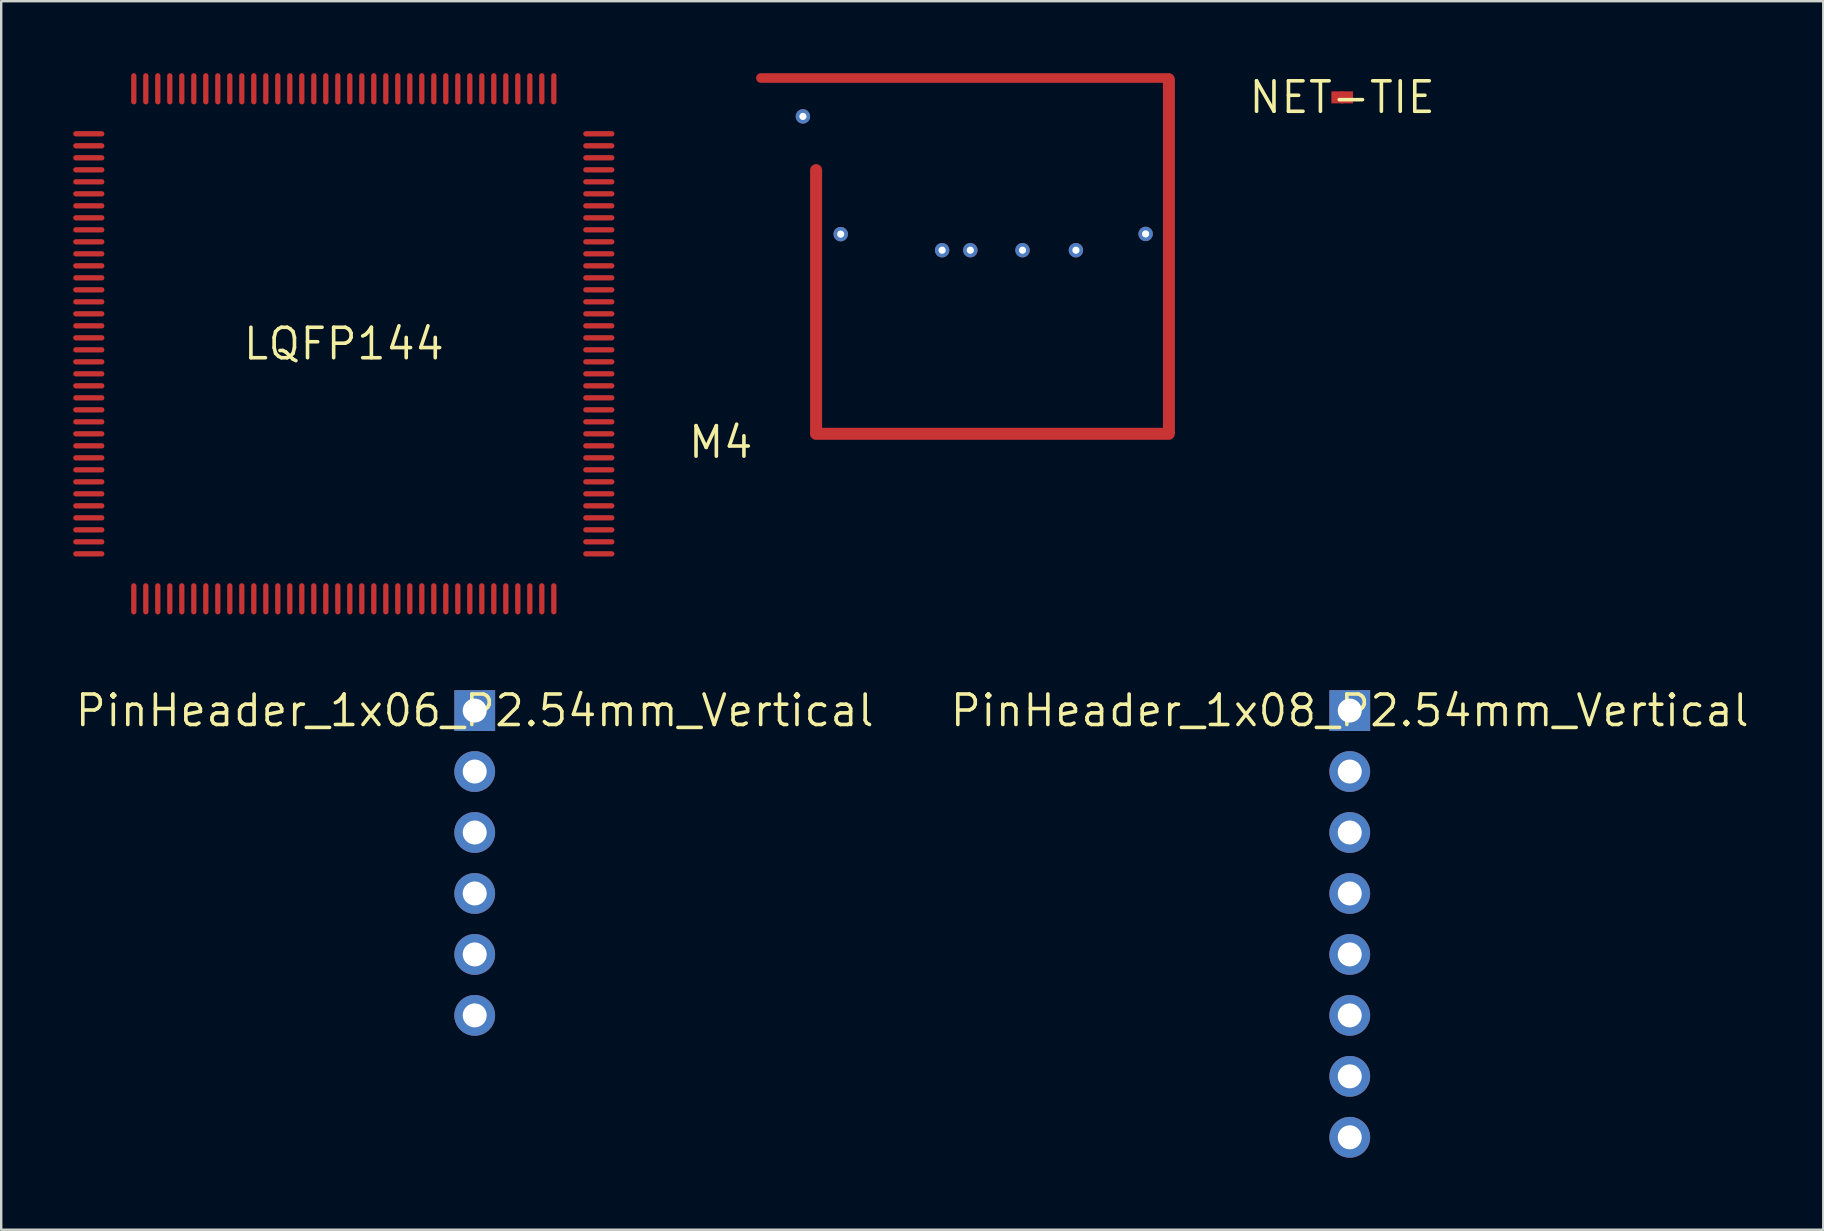
<source format=kicad_pcb>
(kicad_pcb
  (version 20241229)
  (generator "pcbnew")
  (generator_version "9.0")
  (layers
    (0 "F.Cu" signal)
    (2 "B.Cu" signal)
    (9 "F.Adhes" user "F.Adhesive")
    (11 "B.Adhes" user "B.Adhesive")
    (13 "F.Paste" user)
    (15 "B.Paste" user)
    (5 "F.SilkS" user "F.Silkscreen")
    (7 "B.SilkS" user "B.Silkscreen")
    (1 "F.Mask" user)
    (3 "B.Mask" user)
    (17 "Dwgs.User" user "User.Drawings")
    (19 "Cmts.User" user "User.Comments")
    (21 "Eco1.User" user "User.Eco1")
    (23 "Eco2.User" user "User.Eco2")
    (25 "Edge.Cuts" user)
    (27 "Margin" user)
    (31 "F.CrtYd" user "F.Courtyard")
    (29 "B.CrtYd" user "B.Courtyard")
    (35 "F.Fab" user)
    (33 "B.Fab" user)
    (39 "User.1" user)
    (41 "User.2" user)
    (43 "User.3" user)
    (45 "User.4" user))
  (footprint "M4"
    (layer "F.Cu")
    (at 26.978 15.375)
    (property "Reference" "M4" (at 0 0 0) (layer "F.SilkS") (effects (font (size 1.27 1.27) (thickness 0.15))))
    (attr through_hole)
    (pad "1" smd oval (at 3.975 -5.887) (size 0.5 11.4) (layers "F.Cu" "F.Mask"))
    (pad "2" smd oval (at 11.32 -0.35 90) (size 0.5 15.2) (layers "F.Cu" "F.Mask"))
    (pad "3" smd oval (at 18.675 -7.762 180) (size 0.5 15.2) (layers "F.Cu" "F.Mask"))
    (pad "4" smd oval (at 10.175 -15.175 270) (size 0.4 17.4) (layers "F.Cu" "F.Mask"))
    (pad "5" thru_hole oval (at 3.425 -13.575 90) (size 0.6 0.6) (drill 0.3) (layers "F.Cu" "F.Mask"))
    (pad "6" thru_hole oval (at 5 -8.67 180) (size 0.6 0.6) (drill 0.3) (layers "F.Cu" "F.Mask"))
    (pad "7" thru_hole oval (at 17.704 -8.679 180) (size 0.6 0.6) (drill 0.3) (layers "F.Cu" "F.Mask"))
    (pad "8" thru_hole oval (at 9.225 -8 180) (size 0.6 0.6) (drill 0.3) (layers "F.Cu" "F.Mask"))
    (pad "9" thru_hole oval (at 10.4 -8 180) (size 0.6 0.6) (drill 0.3) (layers "F.Cu" "F.Mask"))
    (pad "10" thru_hole oval (at 12.575 -8 180) (size 0.6 0.6) (drill 0.3) (layers "F.Cu" "F.Mask"))
    (pad "11" thru_hole oval (at 14.8 -8 180) (size 0.6 0.6) (drill 0.3) (layers "F.Cu" "F.Mask")))
  (footprint "PinHeader_1x08_P2.54mm_Vertical"
    (layer "F.Cu")
    (at 53.187 26.556)
    (property "Reference" "PinHeader_1x08_P2.54mm_Vertical" (at 0 0 0) (layer "F.SilkS") (effects (font (size 1.27 1.27) (thickness 0.15))))
    (attr through_hole)
    (pad "1" thru_hole rect (at 0 0) (size 1.7 1.7) (drill 1) (layers "*.Cu" "*.Mask"))
    (pad "2" thru_hole oval (at 0 2.54) (size 1.7 1.7) (drill 1) (layers "*.Cu" "*.Mask"))
    (pad "3" thru_hole oval (at 0 5.08) (size 1.7 1.7) (drill 1) (layers "*.Cu" "*.Mask"))
    (pad "4" thru_hole oval (at 0 7.62) (size 1.7 1.7) (drill 1) (layers "*.Cu" "*.Mask"))
    (pad "5" thru_hole oval (at 0 10.16) (size 1.7 1.7) (drill 1) (layers "*.Cu" "*.Mask"))
    (pad "6" thru_hole oval (at 0 12.7) (size 1.7 1.7) (drill 1) (layers "*.Cu" "*.Mask"))
    (pad "7" thru_hole oval (at 0 15.24) (size 1.7 1.7) (drill 1) (layers "*.Cu" "*.Mask"))
    (pad "8" thru_hole oval (at 0 17.78) (size 1.7 1.7) (drill 1) (layers "*.Cu" "*.Mask")))
  (footprint "NET-TIE"
    (layer "F.Cu")
    (at 52.872 1.006)
    (property "Reference" "NET-TIE" (at 0 0 0) (layer "F.SilkS") (effects (font (size 1.27 1.27) (thickness 0.15))))
    (attr through_hole)
    (pad "1" smd rect (at -0.2 -0.000025) (size 0.5 0.5) (layers "F.Cu" "F.Mask"))
    (pad "2" smd rect (at 0.2 -0.000025) (size 0.5 0.5) (layers "F.Cu" "F.Mask")))
  (footprint "PinHeader_1x06_P2.54mm_Vertical"
    (layer "F.Cu")
    (at 16.729 26.556)
    (property "Reference" "PinHeader_1x06_P2.54mm_Vertical" (at 0 0 0) (layer "F.SilkS") (effects (font (size 1.27 1.27) (thickness 0.15))))
    (attr through_hole)
    (pad "1" thru_hole rect (at 0 0) (size 1.7 1.7) (drill 1) (layers "*.Cu" "*.Mask"))
    (pad "2" thru_hole oval (at 0 2.54) (size 1.7 1.7) (drill 1) (layers "*.Cu" "*.Mask"))
    (pad "3" thru_hole oval (at 0 5.08) (size 1.7 1.7) (drill 1) (layers "*.Cu" "*.Mask"))
    (pad "4" thru_hole oval (at 0 7.62) (size 1.7 1.7) (drill 1) (layers "*.Cu" "*.Mask"))
    (pad "5" thru_hole oval (at 0 10.16) (size 1.7 1.7) (drill 1) (layers "*.Cu" "*.Mask"))
    (pad "6" thru_hole oval (at 0 12.7) (size 1.7 1.7) (drill 1) (layers "*.Cu" "*.Mask")))
  (footprint "LQFP144"
    (layer "F.Cu")
    (at 11.275 11.275)
    (property "Reference" "LQFP144" (at 0 0 0) (layer "F.SilkS") (effects (font (size 1.27 1.27) (thickness 0.15))))
    (attr through_hole)
    (pad "1" smd oval (at -10.625 -8.75 90) (size 0.22 1.3) (layers "F.Cu" "F.Mask"))
    (pad "2" smd oval (at -10.625 -8.25 90) (size 0.22 1.3) (layers "F.Cu" "F.Mask"))
    (pad "3" smd oval (at -10.625 -7.75 90) (size 0.22 1.3) (layers "F.Cu" "F.Mask"))
    (pad "4" smd oval (at -10.625 -7.25 90) (size 0.22 1.3) (layers "F.Cu" "F.Mask"))
    (pad "5" smd oval (at -10.625 -6.75 90) (size 0.22 1.3) (layers "F.Cu" "F.Mask"))
    (pad "6" smd oval (at -10.625 -6.25 90) (size 0.22 1.3) (layers "F.Cu" "F.Mask"))
    (pad "7" smd oval (at -10.625 -5.75 90) (size 0.22 1.3) (layers "F.Cu" "F.Mask"))
    (pad "8" smd oval (at -10.625 -5.25 90) (size 0.22 1.3) (layers "F.Cu" "F.Mask"))
    (pad "9" smd oval (at -10.625 -4.75 90) (size 0.22 1.3) (layers "F.Cu" "F.Mask"))
    (pad "10" smd oval (at -10.625 -4.25 90) (size 0.22 1.3) (layers "F.Cu" "F.Mask"))
    (pad "11" smd oval (at -10.625 -3.75 90) (size 0.22 1.3) (layers "F.Cu" "F.Mask"))
    (pad "12" smd oval (at -10.625 -3.25 90) (size 0.22 1.3) (layers "F.Cu" "F.Mask"))
    (pad "13" smd oval (at -10.625 -2.75 90) (size 0.22 1.3) (layers "F.Cu" "F.Mask"))
    (pad "14" smd oval (at -10.625 -2.25 90) (size 0.22 1.3) (layers "F.Cu" "F.Mask"))
    (pad "15" smd oval (at -10.625 -1.75 90) (size 0.22 1.3) (layers "F.Cu" "F.Mask"))
    (pad "16" smd oval (at -10.625 -1.25 90) (size 0.22 1.3) (layers "F.Cu" "F.Mask"))
    (pad "17" smd oval (at -10.625 -0.75 90) (size 0.22 1.3) (layers "F.Cu" "F.Mask"))
    (pad "18" smd oval (at -10.625 -0.25 90) (size 0.22 1.3) (layers "F.Cu" "F.Mask"))
    (pad "19" smd oval (at -10.625 0.25 90) (size 0.22 1.3) (layers "F.Cu" "F.Mask"))
    (pad "20" smd oval (at -10.625 0.75 90) (size 0.22 1.3) (layers "F.Cu" "F.Mask"))
    (pad "21" smd oval (at -10.625 1.25 90) (size 0.22 1.3) (layers "F.Cu" "F.Mask"))
    (pad "22" smd oval (at -10.625 1.75 90) (size 0.22 1.3) (layers "F.Cu" "F.Mask"))
    (pad "23" smd oval (at -10.625 2.25 90) (size 0.22 1.3) (layers "F.Cu" "F.Mask"))
    (pad "24" smd oval (at -10.625 2.75 90) (size 0.22 1.3) (layers "F.Cu" "F.Mask"))
    (pad "25" smd oval (at -10.625 3.25 90) (size 0.22 1.3) (layers "F.Cu" "F.Mask"))
    (pad "26" smd oval (at -10.625 3.75 90) (size 0.22 1.3) (layers "F.Cu" "F.Mask"))
    (pad "27" smd oval (at -10.625 4.25 90) (size 0.22 1.3) (layers "F.Cu" "F.Mask"))
    (pad "28" smd oval (at -10.625 4.75 90) (size 0.22 1.3) (layers "F.Cu" "F.Mask"))
    (pad "29" smd oval (at -10.625 5.25 90) (size 0.22 1.3) (layers "F.Cu" "F.Mask"))
    (pad "30" smd oval (at -10.625 5.75 90) (size 0.22 1.3) (layers "F.Cu" "F.Mask"))
    (pad "31" smd oval (at -10.625 6.25 90) (size 0.22 1.3) (layers "F.Cu" "F.Mask"))
    (pad "32" smd oval (at -10.625 6.75 90) (size 0.22 1.3) (layers "F.Cu" "F.Mask"))
    (pad "33" smd oval (at -10.625 7.25 90) (size 0.22 1.3) (layers "F.Cu" "F.Mask"))
    (pad "34" smd oval (at -10.625 7.75 90) (size 0.22 1.3) (layers "F.Cu" "F.Mask"))
    (pad "35" smd oval (at -10.625 8.25 90) (size 0.22 1.3) (layers "F.Cu" "F.Mask"))
    (pad "36" smd oval (at -10.625 8.75 90) (size 0.22 1.3) (layers "F.Cu" "F.Mask"))
    (pad "37" smd oval (at -8.75 10.625) (size 0.22 1.3) (layers "F.Cu" "F.Mask"))
    (pad "38" smd oval (at -8.25 10.625) (size 0.22 1.3) (layers "F.Cu" "F.Mask"))
    (pad "39" smd oval (at -7.75 10.625) (size 0.22 1.3) (layers "F.Cu" "F.Mask"))
    (pad "40" smd oval (at -7.25 10.625) (size 0.22 1.3) (layers "F.Cu" "F.Mask"))
    (pad "41" smd oval (at -6.75 10.625) (size 0.22 1.3) (layers "F.Cu" "F.Mask"))
    (pad "42" smd oval (at -6.25 10.625) (size 0.22 1.3) (layers "F.Cu" "F.Mask"))
    (pad "43" smd oval (at -5.75 10.625) (size 0.22 1.3) (layers "F.Cu" "F.Mask"))
    (pad "44" smd oval (at -5.25 10.625) (size 0.22 1.3) (layers "F.Cu" "F.Mask"))
    (pad "45" smd oval (at -4.75 10.625) (size 0.22 1.3) (layers "F.Cu" "F.Mask"))
    (pad "46" smd oval (at -4.25 10.625) (size 0.22 1.3) (layers "F.Cu" "F.Mask"))
    (pad "47" smd oval (at -3.75 10.625) (size 0.22 1.3) (layers "F.Cu" "F.Mask"))
    (pad "48" smd oval (at -3.25 10.625) (size 0.22 1.3) (layers "F.Cu" "F.Mask"))
    (pad "49" smd oval (at -2.75 10.625) (size 0.22 1.3) (layers "F.Cu" "F.Mask"))
    (pad "50" smd oval (at -2.25 10.625) (size 0.22 1.3) (layers "F.Cu" "F.Mask"))
    (pad "51" smd oval (at -1.75 10.625) (size 0.22 1.3) (layers "F.Cu" "F.Mask"))
    (pad "52" smd oval (at -1.25 10.625) (size 0.22 1.3) (layers "F.Cu" "F.Mask"))
    (pad "53" smd oval (at -0.75 10.625) (size 0.22 1.3) (layers "F.Cu" "F.Mask"))
    (pad "54" smd oval (at -0.25 10.625) (size 0.22 1.3) (layers "F.Cu" "F.Mask"))
    (pad "55" smd oval (at 0.25 10.625) (size 0.22 1.3) (layers "F.Cu" "F.Mask"))
    (pad "56" smd oval (at 0.75 10.625) (size 0.22 1.3) (layers "F.Cu" "F.Mask"))
    (pad "57" smd oval (at 1.25 10.625) (size 0.22 1.3) (layers "F.Cu" "F.Mask"))
    (pad "58" smd oval (at 1.75 10.625) (size 0.22 1.3) (layers "F.Cu" "F.Mask"))
    (pad "59" smd oval (at 2.25 10.625) (size 0.22 1.3) (layers "F.Cu" "F.Mask"))
    (pad "60" smd oval (at 2.75 10.625) (size 0.22 1.3) (layers "F.Cu" "F.Mask"))
    (pad "61" smd oval (at 3.25 10.625) (size 0.22 1.3) (layers "F.Cu" "F.Mask"))
    (pad "62" smd oval (at 3.75 10.625) (size 0.22 1.3) (layers "F.Cu" "F.Mask"))
    (pad "63" smd oval (at 4.25 10.625) (size 0.22 1.3) (layers "F.Cu" "F.Mask"))
    (pad "64" smd oval (at 4.75 10.625) (size 0.22 1.3) (layers "F.Cu" "F.Mask"))
    (pad "65" smd oval (at 5.25 10.625) (size 0.22 1.3) (layers "F.Cu" "F.Mask"))
    (pad "66" smd oval (at 5.75 10.625) (size 0.22 1.3) (layers "F.Cu" "F.Mask"))
    (pad "67" smd oval (at 6.25 10.625) (size 0.22 1.3) (layers "F.Cu" "F.Mask"))
    (pad "68" smd oval (at 6.75 10.625) (size 0.22 1.3) (layers "F.Cu" "F.Mask"))
    (pad "69" smd oval (at 7.25 10.625) (size 0.22 1.3) (layers "F.Cu" "F.Mask"))
    (pad "70" smd oval (at 7.75 10.625) (size 0.22 1.3) (layers "F.Cu" "F.Mask"))
    (pad "71" smd oval (at 8.25 10.625) (size 0.22 1.3) (layers "F.Cu" "F.Mask"))
    (pad "72" smd oval (at 8.75 10.625) (size 0.22 1.3) (layers "F.Cu" "F.Mask"))
    (pad "73" smd oval (at 10.625 8.75 90) (size 0.22 1.3) (layers "F.Cu" "F.Mask"))
    (pad "74" smd oval (at 10.625 8.25 90) (size 0.22 1.3) (layers "F.Cu" "F.Mask"))
    (pad "75" smd oval (at 10.625 7.75 90) (size 0.22 1.3) (layers "F.Cu" "F.Mask"))
    (pad "76" smd oval (at 10.625 7.25 90) (size 0.22 1.3) (layers "F.Cu" "F.Mask"))
    (pad "77" smd oval (at 10.625 6.75 90) (size 0.22 1.3) (layers "F.Cu" "F.Mask"))
    (pad "78" smd oval (at 10.625 6.25 90) (size 0.22 1.3) (layers "F.Cu" "F.Mask"))
    (pad "79" smd oval (at 10.625 5.75 90) (size 0.22 1.3) (layers "F.Cu" "F.Mask"))
    (pad "80" smd oval (at 10.625 5.25 90) (size 0.22 1.3) (layers "F.Cu" "F.Mask"))
    (pad "81" smd oval (at 10.625 4.75 90) (size 0.22 1.3) (layers "F.Cu" "F.Mask"))
    (pad "82" smd oval (at 10.625 4.25 90) (size 0.22 1.3) (layers "F.Cu" "F.Mask"))
    (pad "83" smd oval (at 10.625 3.75 90) (size 0.22 1.3) (layers "F.Cu" "F.Mask"))
    (pad "84" smd oval (at 10.625 3.25 90) (size 0.22 1.3) (layers "F.Cu" "F.Mask"))
    (pad "85" smd oval (at 10.625 2.75 90) (size 0.22 1.3) (layers "F.Cu" "F.Mask"))
    (pad "86" smd oval (at 10.625 2.25 90) (size 0.22 1.3) (layers "F.Cu" "F.Mask"))
    (pad "87" smd oval (at 10.625 1.75 90) (size 0.22 1.3) (layers "F.Cu" "F.Mask"))
    (pad "88" smd oval (at 10.625 1.25 90) (size 0.22 1.3) (layers "F.Cu" "F.Mask"))
    (pad "89" smd oval (at 10.625 0.75 90) (size 0.22 1.3) (layers "F.Cu" "F.Mask"))
    (pad "90" smd oval (at 10.625 0.25 90) (size 0.22 1.3) (layers "F.Cu" "F.Mask"))
    (pad "91" smd oval (at 10.625 -0.25 90) (size 0.22 1.3) (layers "F.Cu" "F.Mask"))
    (pad "92" smd oval (at 10.625 -0.75 90) (size 0.22 1.3) (layers "F.Cu" "F.Mask"))
    (pad "93" smd oval (at 10.625 -1.25 90) (size 0.22 1.3) (layers "F.Cu" "F.Mask"))
    (pad "94" smd oval (at 10.625 -1.75 90) (size 0.22 1.3) (layers "F.Cu" "F.Mask"))
    (pad "95" smd oval (at 10.625 -2.25 90) (size 0.22 1.3) (layers "F.Cu" "F.Mask"))
    (pad "96" smd oval (at 10.625 -2.75 90) (size 0.22 1.3) (layers "F.Cu" "F.Mask"))
    (pad "97" smd oval (at 10.625 -3.25 90) (size 0.22 1.3) (layers "F.Cu" "F.Mask"))
    (pad "98" smd oval (at 10.625 -3.75 90) (size 0.22 1.3) (layers "F.Cu" "F.Mask"))
    (pad "99" smd oval (at 10.625 -4.25 90) (size 0.22 1.3) (layers "F.Cu" "F.Mask"))
    (pad "100" smd oval (at 10.625 -4.75 90) (size 0.22 1.3) (layers "F.Cu" "F.Mask"))
    (pad "101" smd oval (at 10.625 -5.25 90) (size 0.22 1.3) (layers "F.Cu" "F.Mask"))
    (pad "102" smd oval (at 10.625 -5.75 90) (size 0.22 1.3) (layers "F.Cu" "F.Mask"))
    (pad "103" smd oval (at 10.625 -6.25 90) (size 0.22 1.3) (layers "F.Cu" "F.Mask"))
    (pad "104" smd oval (at 10.625 -6.75 90) (size 0.22 1.3) (layers "F.Cu" "F.Mask"))
    (pad "105" smd oval (at 10.625 -7.25 90) (size 0.22 1.3) (layers "F.Cu" "F.Mask"))
    (pad "106" smd oval (at 10.625 -7.75 90) (size 0.22 1.3) (layers "F.Cu" "F.Mask"))
    (pad "107" smd oval (at 10.625 -8.25 90) (size 0.22 1.3) (layers "F.Cu" "F.Mask"))
    (pad "108" smd oval (at 10.625 -8.75 90) (size 0.22 1.3) (layers "F.Cu" "F.Mask"))
    (pad "109" smd oval (at 8.75 -10.625) (size 0.22 1.3) (layers "F.Cu" "F.Mask"))
    (pad "110" smd oval (at 8.25 -10.625) (size 0.22 1.3) (layers "F.Cu" "F.Mask"))
    (pad "111" smd oval (at 7.75 -10.625) (size 0.22 1.3) (layers "F.Cu" "F.Mask"))
    (pad "112" smd oval (at 7.25 -10.625) (size 0.22 1.3) (layers "F.Cu" "F.Mask"))
    (pad "113" smd oval (at 6.75 -10.625) (size 0.22 1.3) (layers "F.Cu" "F.Mask"))
    (pad "114" smd oval (at 6.25 -10.625) (size 0.22 1.3) (layers "F.Cu" "F.Mask"))
    (pad "115" smd oval (at 5.75 -10.625) (size 0.22 1.3) (layers "F.Cu" "F.Mask"))
    (pad "116" smd oval (at 5.25 -10.625) (size 0.22 1.3) (layers "F.Cu" "F.Mask"))
    (pad "117" smd oval (at 4.75 -10.625) (size 0.22 1.3) (layers "F.Cu" "F.Mask"))
    (pad "118" smd oval (at 4.25 -10.625) (size 0.22 1.3) (layers "F.Cu" "F.Mask"))
    (pad "119" smd oval (at 3.75 -10.625) (size 0.22 1.3) (layers "F.Cu" "F.Mask"))
    (pad "120" smd oval (at 3.25 -10.625) (size 0.22 1.3) (layers "F.Cu" "F.Mask"))
    (pad "121" smd oval (at 2.75 -10.625) (size 0.22 1.3) (layers "F.Cu" "F.Mask"))
    (pad "122" smd oval (at 2.25 -10.625) (size 0.22 1.3) (layers "F.Cu" "F.Mask"))
    (pad "123" smd oval (at 1.75 -10.625) (size 0.22 1.3) (layers "F.Cu" "F.Mask"))
    (pad "124" smd oval (at 1.25 -10.625) (size 0.22 1.3) (layers "F.Cu" "F.Mask"))
    (pad "125" smd oval (at 0.75 -10.625) (size 0.22 1.3) (layers "F.Cu" "F.Mask"))
    (pad "126" smd oval (at 0.25 -10.625) (size 0.22 1.3) (layers "F.Cu" "F.Mask"))
    (pad "127" smd oval (at -0.25 -10.625) (size 0.22 1.3) (layers "F.Cu" "F.Mask"))
    (pad "128" smd oval (at -0.75 -10.625) (size 0.22 1.3) (layers "F.Cu" "F.Mask"))
    (pad "129" smd oval (at -1.25 -10.625) (size 0.22 1.3) (layers "F.Cu" "F.Mask"))
    (pad "130" smd oval (at -1.75 -10.625) (size 0.22 1.3) (layers "F.Cu" "F.Mask"))
    (pad "131" smd oval (at -2.25 -10.625) (size 0.22 1.3) (layers "F.Cu" "F.Mask"))
    (pad "132" smd oval (at -2.75 -10.625) (size 0.22 1.3) (layers "F.Cu" "F.Mask"))
    (pad "133" smd oval (at -3.25 -10.625) (size 0.22 1.3) (layers "F.Cu" "F.Mask"))
    (pad "134" smd oval (at -3.75 -10.625) (size 0.22 1.3) (layers "F.Cu" "F.Mask"))
    (pad "135" smd oval (at -4.25 -10.625) (size 0.22 1.3) (layers "F.Cu" "F.Mask"))
    (pad "136" smd oval (at -4.75 -10.625) (size 0.22 1.3) (layers "F.Cu" "F.Mask"))
    (pad "137" smd oval (at -5.25 -10.625) (size 0.22 1.3) (layers "F.Cu" "F.Mask"))
    (pad "138" smd oval (at -5.75 -10.625) (size 0.22 1.3) (layers "F.Cu" "F.Mask"))
    (pad "139" smd oval (at -6.25 -10.625) (size 0.22 1.3) (layers "F.Cu" "F.Mask"))
    (pad "140" smd oval (at -6.75 -10.625) (size 0.22 1.3) (layers "F.Cu" "F.Mask"))
    (pad "141" smd oval (at -7.25 -10.625) (size 0.22 1.3) (layers "F.Cu" "F.Mask"))
    (pad "142" smd oval (at -7.75 -10.625) (size 0.22 1.3) (layers "F.Cu" "F.Mask"))
    (pad "143" smd oval (at -8.25 -10.625) (size 0.22 1.3) (layers "F.Cu" "F.Mask"))
    (pad "144" smd oval (at -8.75 -10.625) (size 0.22 1.3) (layers "F.Cu" "F.Mask")))
  (gr_rect
    (start -3 -3)
    (end 72.916 48.186)
    (stroke (width 0.1) (type default))
    (fill no)
    (layer "Edge.Cuts")))
</source>
